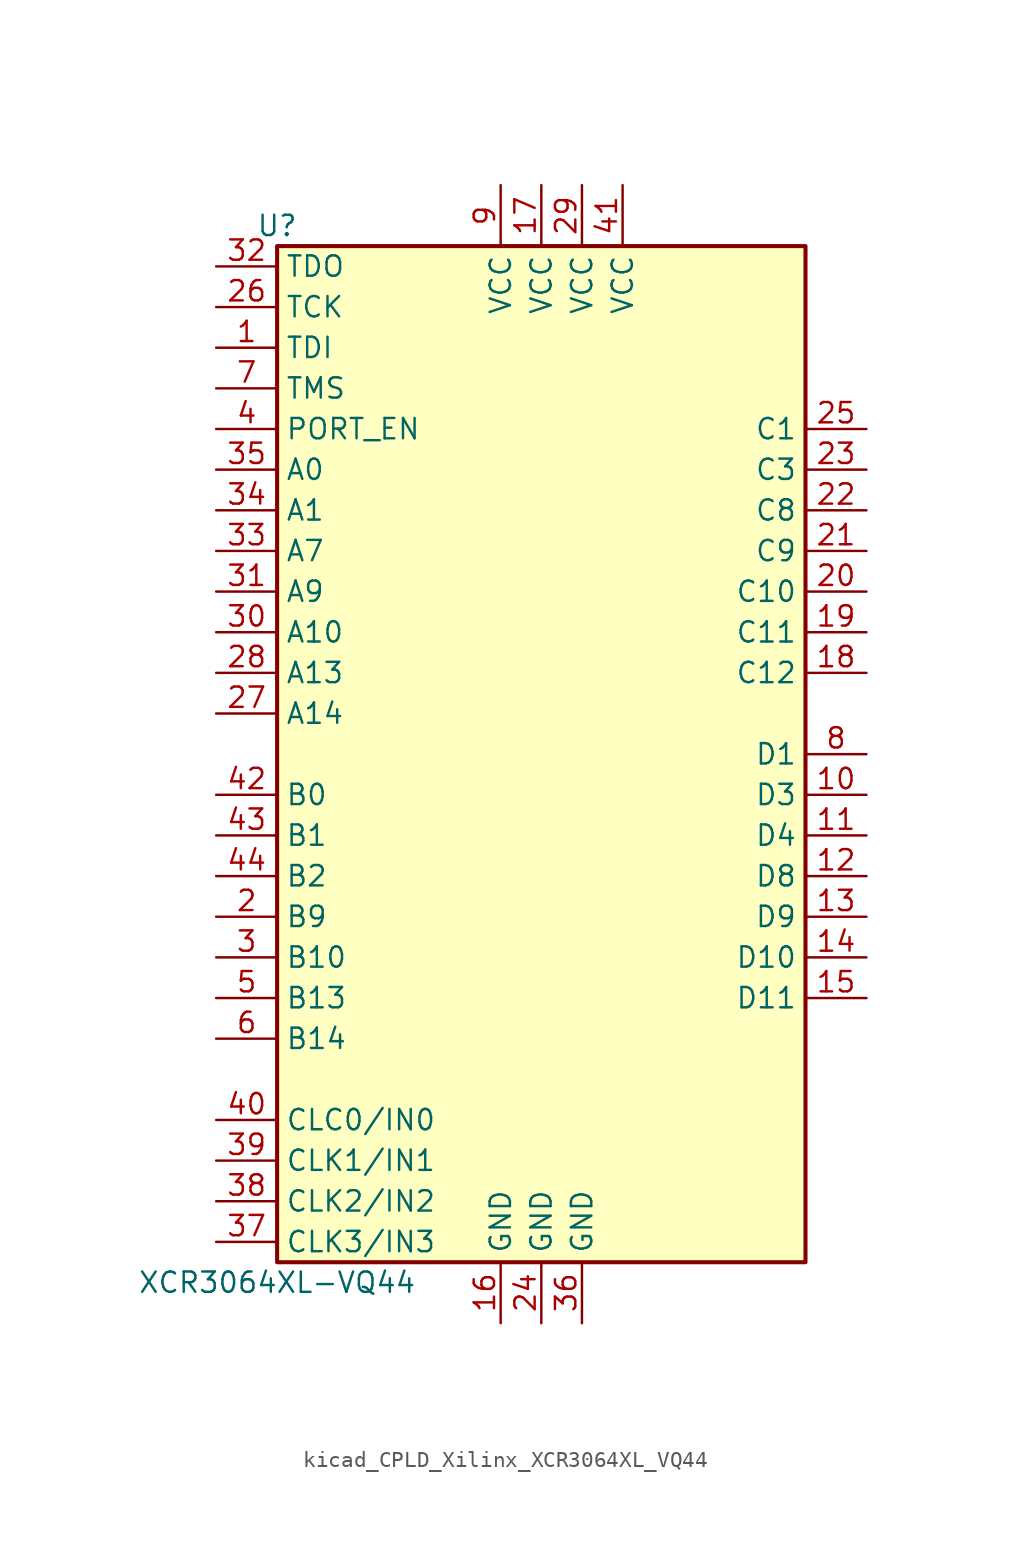
<source format=kicad_sym>
(kicad_symbol_lib
  (version 20220914)
  (generator kicad_symbol_editor)
  (symbol "kicad_CPLD_Xilinx_XCR3064XL_VQ44"
    (property "Reference" "U"
      (at -16.51 33.02 0)
      (effects (font (size 1.27 1.27))))
    (property "Value" "XCR3064XL-VQ44"
      (at -16.51 -33.02 0)
      (effects (font (size 1.27 1.27))))
    (symbol "kicad_CPLD_Xilinx_XCR3064XL_VQ44_1_1"
      (rectangle (start -16.51 31.75) (end 16.51 -31.75) (stroke (width 0.254) (type default)) (fill (type background)))
      (pin passive line (at -20.32 25.4 0) (length 3.81) (name "TDI" (effects (font (size 1.27 1.27)))) (number "1" (effects (font (size 1.27 1.27)))))
      (pin passive line (at 20.32 -2.54 180) (length 3.81) (name "D3" (effects (font (size 1.27 1.27)))) (number "10" (effects (font (size 1.27 1.27)))))
      (pin passive line (at 20.32 -5.08 180) (length 3.81) (name "D4" (effects (font (size 1.27 1.27)))) (number "11" (effects (font (size 1.27 1.27)))))
      (pin passive line (at 20.32 -7.62 180) (length 3.81) (name "D8" (effects (font (size 1.27 1.27)))) (number "12" (effects (font (size 1.27 1.27)))))
      (pin passive line (at 20.32 -10.16 180) (length 3.81) (name "D9" (effects (font (size 1.27 1.27)))) (number "13" (effects (font (size 1.27 1.27)))))
      (pin passive line (at 20.32 -12.7 180) (length 3.81) (name "D10" (effects (font (size 1.27 1.27)))) (number "14" (effects (font (size 1.27 1.27)))))
      (pin passive line (at 20.32 -15.24 180) (length 3.81) (name "D11" (effects (font (size 1.27 1.27)))) (number "15" (effects (font (size 1.27 1.27)))))
      (pin power_in line (at -2.54 -35.56 90) (length 3.81) (name "GND" (effects (font (size 1.27 1.27)))) (number "16" (effects (font (size 1.27 1.27)))))
      (pin power_in line (at 0 35.56 270) (length 3.81) (name "VCC" (effects (font (size 1.27 1.27)))) (number "17" (effects (font (size 1.27 1.27)))))
      (pin passive line (at 20.32 5.08 180) (length 3.81) (name "C12" (effects (font (size 1.27 1.27)))) (number "18" (effects (font (size 1.27 1.27)))))
      (pin passive line (at 20.32 7.62 180) (length 3.81) (name "C11" (effects (font (size 1.27 1.27)))) (number "19" (effects (font (size 1.27 1.27)))))
      (pin passive line (at -20.32 -10.16 0) (length 3.81) (name "B9" (effects (font (size 1.27 1.27)))) (number "2" (effects (font (size 1.27 1.27)))))
      (pin passive line (at 20.32 10.16 180) (length 3.81) (name "C10" (effects (font (size 1.27 1.27)))) (number "20" (effects (font (size 1.27 1.27)))))
      (pin passive line (at 20.32 12.7 180) (length 3.81) (name "C9" (effects (font (size 1.27 1.27)))) (number "21" (effects (font (size 1.27 1.27)))))
      (pin passive line (at 20.32 15.24 180) (length 3.81) (name "C8" (effects (font (size 1.27 1.27)))) (number "22" (effects (font (size 1.27 1.27)))))
      (pin passive line (at 20.32 17.78 180) (length 3.81) (name "C3" (effects (font (size 1.27 1.27)))) (number "23" (effects (font (size 1.27 1.27)))))
      (pin power_in line (at 0 -35.56 90) (length 3.81) (name "GND" (effects (font (size 1.27 1.27)))) (number "24" (effects (font (size 1.27 1.27)))))
      (pin passive line (at 20.32 20.32 180) (length 3.81) (name "C1" (effects (font (size 1.27 1.27)))) (number "25" (effects (font (size 1.27 1.27)))))
      (pin passive line (at -20.32 27.94 0) (length 3.81) (name "TCK" (effects (font (size 1.27 1.27)))) (number "26" (effects (font (size 1.27 1.27)))))
      (pin passive line (at -20.32 2.54 0) (length 3.81) (name "A14" (effects (font (size 1.27 1.27)))) (number "27" (effects (font (size 1.27 1.27)))))
      (pin passive line (at -20.32 5.08 0) (length 3.81) (name "A13" (effects (font (size 1.27 1.27)))) (number "28" (effects (font (size 1.27 1.27)))))
      (pin power_in line (at 2.54 35.56 270) (length 3.81) (name "VCC" (effects (font (size 1.27 1.27)))) (number "29" (effects (font (size 1.27 1.27)))))
      (pin passive line (at -20.32 -12.7 0) (length 3.81) (name "B10" (effects (font (size 1.27 1.27)))) (number "3" (effects (font (size 1.27 1.27)))))
      (pin passive line (at -20.32 7.62 0) (length 3.81) (name "A10" (effects (font (size 1.27 1.27)))) (number "30" (effects (font (size 1.27 1.27)))))
      (pin passive line (at -20.32 10.16 0) (length 3.81) (name "A9" (effects (font (size 1.27 1.27)))) (number "31" (effects (font (size 1.27 1.27)))))
      (pin passive line (at -20.32 30.48 0) (length 3.81) (name "TDO" (effects (font (size 1.27 1.27)))) (number "32" (effects (font (size 1.27 1.27)))))
      (pin passive line (at -20.32 12.7 0) (length 3.81) (name "A7" (effects (font (size 1.27 1.27)))) (number "33" (effects (font (size 1.27 1.27)))))
      (pin passive line (at -20.32 15.24 0) (length 3.81) (name "A1" (effects (font (size 1.27 1.27)))) (number "34" (effects (font (size 1.27 1.27)))))
      (pin passive line (at -20.32 17.78 0) (length 3.81) (name "A0" (effects (font (size 1.27 1.27)))) (number "35" (effects (font (size 1.27 1.27)))))
      (pin power_in line (at 2.54 -35.56 90) (length 3.81) (name "GND" (effects (font (size 1.27 1.27)))) (number "36" (effects (font (size 1.27 1.27)))))
      (pin input line (at -20.32 -30.48 0) (length 3.81) (name "CLK3/IN3" (effects (font (size 1.27 1.27)))) (number "37" (effects (font (size 1.27 1.27)))))
      (pin input line (at -20.32 -27.94 0) (length 3.81) (name "CLK2/IN2" (effects (font (size 1.27 1.27)))) (number "38" (effects (font (size 1.27 1.27)))))
      (pin input line (at -20.32 -25.4 0) (length 3.81) (name "CLK1/IN1" (effects (font (size 1.27 1.27)))) (number "39" (effects (font (size 1.27 1.27)))))
      (pin passive line (at -20.32 20.32 0) (length 3.81) (name "PORT_EN" (effects (font (size 1.27 1.27)))) (number "4" (effects (font (size 1.27 1.27)))))
      (pin input line (at -20.32 -22.86 0) (length 3.81) (name "CLC0/IN0" (effects (font (size 1.27 1.27)))) (number "40" (effects (font (size 1.27 1.27)))))
      (pin power_in line (at 5.08 35.56 270) (length 3.81) (name "VCC" (effects (font (size 1.27 1.27)))) (number "41" (effects (font (size 1.27 1.27)))))
      (pin passive line (at -20.32 -2.54 0) (length 3.81) (name "B0" (effects (font (size 1.27 1.27)))) (number "42" (effects (font (size 1.27 1.27)))))
      (pin passive line (at -20.32 -5.08 0) (length 3.81) (name "B1" (effects (font (size 1.27 1.27)))) (number "43" (effects (font (size 1.27 1.27)))))
      (pin passive line (at -20.32 -7.62 0) (length 3.81) (name "B2" (effects (font (size 1.27 1.27)))) (number "44" (effects (font (size 1.27 1.27)))))
      (pin passive line (at -20.32 -15.24 0) (length 3.81) (name "B13" (effects (font (size 1.27 1.27)))) (number "5" (effects (font (size 1.27 1.27)))))
      (pin passive line (at -20.32 -17.78 0) (length 3.81) (name "B14" (effects (font (size 1.27 1.27)))) (number "6" (effects (font (size 1.27 1.27)))))
      (pin passive line (at -20.32 22.86 0) (length 3.81) (name "TMS" (effects (font (size 1.27 1.27)))) (number "7" (effects (font (size 1.27 1.27)))))
      (pin passive line (at 20.32 0 180) (length 3.81) (name "D1" (effects (font (size 1.27 1.27)))) (number "8" (effects (font (size 1.27 1.27)))))
      (pin power_in line (at -2.54 35.56 270) (length 3.81) (name "VCC" (effects (font (size 1.27 1.27)))) (number "9" (effects (font (size 1.27 1.27))))))))
</source>
